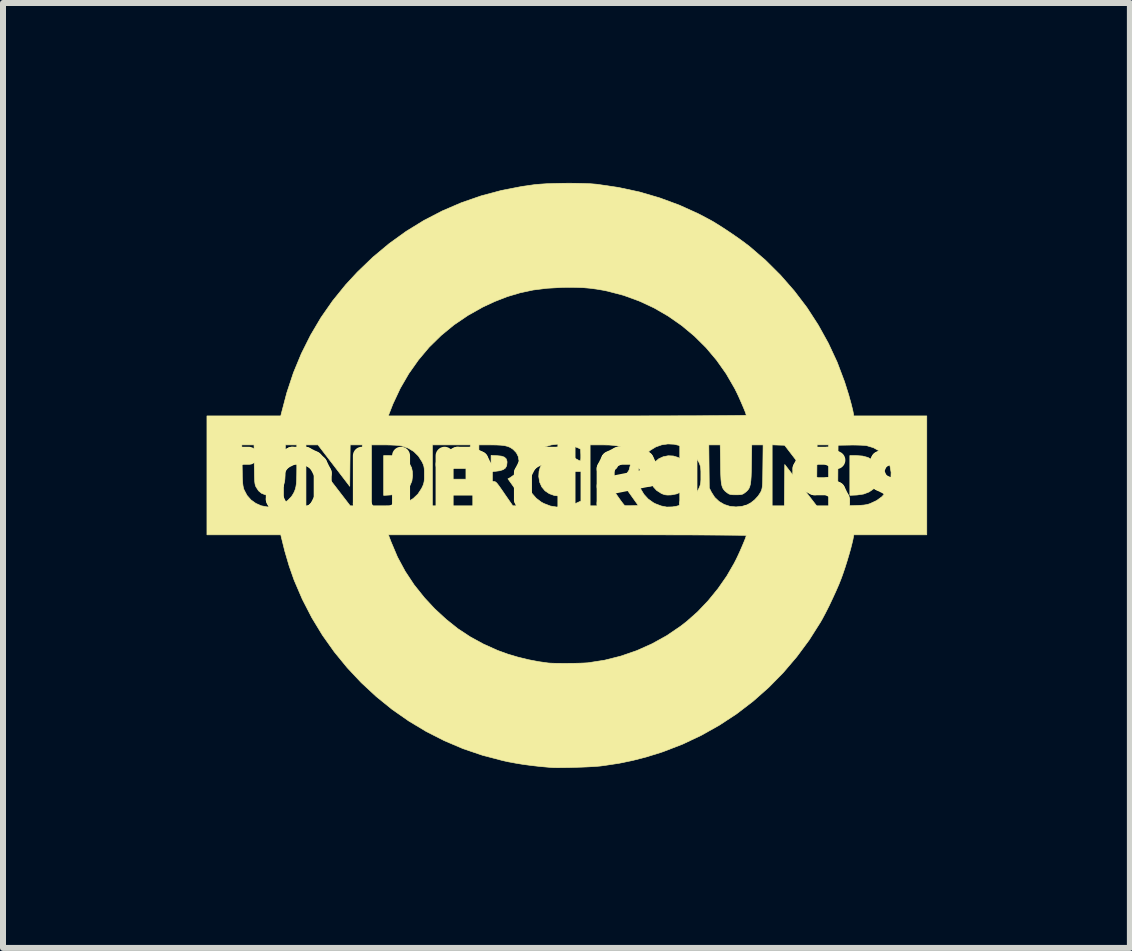
<source format=kicad_pcb>
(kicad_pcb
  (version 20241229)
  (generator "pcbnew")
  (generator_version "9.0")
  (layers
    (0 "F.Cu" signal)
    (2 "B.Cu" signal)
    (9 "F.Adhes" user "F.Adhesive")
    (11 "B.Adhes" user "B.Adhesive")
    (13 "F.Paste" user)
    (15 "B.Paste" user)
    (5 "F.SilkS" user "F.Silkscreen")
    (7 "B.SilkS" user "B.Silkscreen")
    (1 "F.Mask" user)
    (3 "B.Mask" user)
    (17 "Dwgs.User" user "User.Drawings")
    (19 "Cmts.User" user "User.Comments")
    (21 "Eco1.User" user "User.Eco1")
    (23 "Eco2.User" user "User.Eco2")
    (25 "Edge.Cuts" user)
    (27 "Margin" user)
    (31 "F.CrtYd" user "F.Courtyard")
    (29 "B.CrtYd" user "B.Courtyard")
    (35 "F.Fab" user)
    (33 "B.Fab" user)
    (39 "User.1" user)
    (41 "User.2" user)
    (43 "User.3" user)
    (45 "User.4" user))
  (footprint "roundel_ss"
    (layer "F.Cu")
    (at 6.394 4.875)
    (property "Reference" "roundel_ss" (at 0 0 0) (layer "F.SilkS") (effects (font (size 1.524 1.524) (thickness 0.3))))
    (attr through_hole)
    (fp_poly (pts (xy -1.157 -0.328) (xy -1.086 -0.321) (xy -1.036 -0.304) (xy -1.006 -0.277) (xy -0.992 -0.238) (xy -0.991 -0.213) (xy -0.997 -0.161) (xy -1.018 -0.122) (xy -1.056 -0.095) (xy -1.113 -0.077) (xy -1.173 -0.069) (xy -1.257 -0.06) (xy -1.257 -0.333) (xy -1.157 -0.328)) (stroke (width 0.01) (type solid)) (fill yes) (layer "F.SilkS"))
    (fp_poly (pts (xy 0.698 -0.328) (xy 0.769 -0.321) (xy 0.818 -0.304) (xy 0.848 -0.277) (xy 0.862 -0.238) (xy 0.864 -0.213) (xy 0.857 -0.161) (xy 0.837 -0.122) (xy 0.799 -0.095) (xy 0.741 -0.077) (xy 0.681 -0.069) (xy 0.597 -0.06) (xy 0.597 -0.333) (xy 0.698 -0.328)) (stroke (width 0.01) (type solid)) (fill yes) (layer "F.SilkS"))
    (fp_poly (pts (xy -2.851 -0.325) (xy -2.772 -0.307) (xy -2.707 -0.275) (xy -2.653 -0.23) (xy -2.609 -0.179) (xy -2.582 -0.126) (xy -2.569 -0.062) (xy -2.566 0.006) (xy -2.577 0.095) (xy -2.61 0.171) (xy -2.663 0.233) (xy -2.735 0.28) (xy -2.826 0.312) (xy -2.934 0.327) (xy -2.936 0.327) (xy -3.048 0.334) (xy -3.048 -0.33) (xy -2.949 -0.33) (xy -2.851 -0.325)) (stroke (width 0.01) (type solid)) (fill yes) (layer "F.SilkS"))
    (fp_poly (pts (xy 4.938 -0.322) (xy 5.027 -0.298) (xy 5.098 -0.257) (xy 5.152 -0.199) (xy 5.176 -0.159) (xy 5.199 -0.101) (xy 5.209 -0.045) (xy 5.21 -0.008) (xy 5.199 0.084) (xy 5.167 0.163) (xy 5.115 0.228) (xy 5.044 0.277) (xy 4.955 0.311) (xy 4.848 0.327) (xy 4.836 0.328) (xy 4.724 0.333) (xy 4.724 -0.33) (xy 4.831 -0.33) (xy 4.938 -0.322)) (stroke (width 0.01) (type solid)) (fill yes) (layer "F.SilkS"))
    (fp_poly (pts (xy 1.781 -0.323) (xy 1.861 -0.299) (xy 1.934 -0.255) (xy 1.94 -0.25) (xy 1.993 -0.187) (xy 2.028 -0.112) (xy 2.044 -0.029) (xy 2.042 0.055) (xy 2.02 0.136) (xy 1.979 0.208) (xy 1.971 0.216) (xy 1.912 0.271) (xy 1.844 0.307) (xy 1.761 0.324) (xy 1.734 0.327) (xy 1.68 0.328) (xy 1.639 0.323) (xy 1.602 0.31) (xy 1.581 0.301) (xy 1.502 0.25) (xy 1.445 0.187) (xy 1.409 0.11) (xy 1.394 0.019) (xy 1.394 0) (xy 1.4 -0.081) (xy 1.423 -0.148) (xy 1.465 -0.211) (xy 1.474 -0.221) (xy 1.538 -0.276) (xy 1.614 -0.311) (xy 1.696 -0.327) (xy 1.781 -0.323)) (stroke (width 0.01) (type solid)) (fill yes) (layer "F.SilkS"))
    (fp_poly (pts (xy 0.171 -4.869) (xy 0.291 -4.866) (xy 0.398 -4.862) (xy 0.486 -4.855) (xy 0.508 -4.853) (xy 0.867 -4.8) (xy 1.216 -4.725) (xy 1.554 -4.626) (xy 1.882 -4.505) (xy 2.198 -4.362) (xy 2.419 -4.245) (xy 2.499 -4.197) (xy 2.593 -4.138) (xy 2.695 -4.071) (xy 2.798 -4.001) (xy 2.898 -3.931) (xy 2.986 -3.866) (xy 3.052 -3.816) (xy 3.319 -3.586) (xy 3.568 -3.338) (xy 3.798 -3.075) (xy 4.009 -2.798) (xy 4.198 -2.506) (xy 4.366 -2.203) (xy 4.513 -1.887) (xy 4.636 -1.561) (xy 4.705 -1.342) (xy 4.725 -1.269) (xy 4.745 -1.197) (xy 4.761 -1.133) (xy 4.773 -1.084) (xy 4.776 -1.07) (xy 4.791 -0.991) (xy 5.399 -0.991) (xy 6.007 -0.991) (xy 6.007 0.991) (xy 4.791 0.991) (xy 4.776 1.07) (xy 4.76 1.138) (xy 4.738 1.225) (xy 4.71 1.323) (xy 4.679 1.427) (xy 4.646 1.532) (xy 4.613 1.63) (xy 4.584 1.711) (xy 4.544 1.813) (xy 4.493 1.93) (xy 4.436 2.054) (xy 4.377 2.179) (xy 4.317 2.297) (xy 4.261 2.402) (xy 4.235 2.447) (xy 4.047 2.744) (xy 3.839 3.025) (xy 3.613 3.29) (xy 3.37 3.537) (xy 3.111 3.766) (xy 2.837 3.976) (xy 2.549 4.165) (xy 2.248 4.334) (xy 1.935 4.482) (xy 1.611 4.607) (xy 1.563 4.623) (xy 1.33 4.695) (xy 1.105 4.753) (xy 0.878 4.8) (xy 0.64 4.836) (xy 0.565 4.846) (xy 0.508 4.851) (xy 0.432 4.856) (xy 0.342 4.861) (xy 0.243 4.865) (xy 0.14 4.868) (xy 0.038 4.871) (xy -0.058 4.872) (xy -0.144 4.873) (xy -0.214 4.872) (xy -0.265 4.869) (xy -0.267 4.869) (xy -0.436 4.854) (xy -0.585 4.837) (xy -0.721 4.819) (xy -0.848 4.798) (xy -0.973 4.775) (xy -1.067 4.754) (xy -1.399 4.667) (xy -1.723 4.557) (xy -2.036 4.424) (xy -2.339 4.27) (xy -2.63 4.095) (xy -2.908 3.901) (xy -3.172 3.687) (xy -3.421 3.456) (xy -3.654 3.208) (xy -3.87 2.944) (xy -4.068 2.665) (xy -4.246 2.372) (xy -4.404 2.065) (xy -4.541 1.746) (xy -4.622 1.515) (xy -4.696 1.264) (xy -4.755 1.026) (xy -4.763 0.991) (xy -2.969 0.991) (xy -2.925 1.107) (xy -2.818 1.36) (xy -2.69 1.598) (xy -2.54 1.825) (xy -2.368 2.04) (xy -2.198 2.223) (xy -2.006 2.4) (xy -1.811 2.556) (xy -1.606 2.691) (xy -1.389 2.81) (xy -1.154 2.916) (xy -1.13 2.925) (xy -0.978 2.98) (xy -0.81 3.03) (xy -0.634 3.073) (xy -0.461 3.106) (xy -0.305 3.128) (xy -0.261 3.131) (xy -0.197 3.133) (xy -0.119 3.134) (xy -0.031 3.135) (xy 0.06 3.134) (xy 0.149 3.133) (xy 0.231 3.131) (xy 0.301 3.128) (xy 0.353 3.125) (xy 0.362 3.124) (xy 0.637 3.081) (xy 0.907 3.013) (xy 1.171 2.922) (xy 1.426 2.808) (xy 1.67 2.673) (xy 1.901 2.516) (xy 2.002 2.438) (xy 2.187 2.274) (xy 2.363 2.089) (xy 2.526 1.889) (xy 2.673 1.678) (xy 2.799 1.46) (xy 2.801 1.455) (xy 2.83 1.399) (xy 2.861 1.334) (xy 2.893 1.264) (xy 2.923 1.195) (xy 2.951 1.129) (xy 2.974 1.073) (xy 2.99 1.03) (xy 2.997 1.005) (xy 2.997 1.002) (xy 2.985 1.001) (xy 2.948 1) (xy 2.887 0.999) (xy 2.803 0.998) (xy 2.697 0.997) (xy 2.57 0.996) (xy 2.422 0.995) (xy 2.255 0.994) (xy 2.069 0.993) (xy 1.866 0.993) (xy 1.645 0.992) (xy 1.408 0.992) (xy 1.155 0.991) (xy 0.888 0.991) (xy 0.607 0.991) (xy 0.313 0.991) (xy 0.014 0.991) (xy -2.969 0.991) (xy -4.763 0.991) (xy -4.763 0.991) (xy -5.379 0.991) (xy -5.994 0.991) (xy -5.994 -0.508) (xy -5.413 -0.508) (xy -5.407 -0.168) (xy -5.405 -0.065) (xy -5.404 0.016) (xy -5.401 0.08) (xy -5.398 0.128) (xy -5.394 0.164) (xy -5.389 0.193) (xy -5.383 0.217) (xy -5.375 0.241) (xy -5.374 0.243) (xy -5.326 0.334) (xy -5.26 0.409) (xy -5.179 0.467) (xy -5.088 0.507) (xy -4.988 0.526) (xy -4.884 0.523) (xy -4.788 0.501) (xy -4.714 0.466) (xy -4.644 0.415) (xy -4.586 0.355) (xy -4.571 0.333) (xy -4.549 0.297) (xy -4.533 0.263) (xy -4.52 0.227) (xy -4.51 0.185) (xy -4.503 0.135) (xy -4.499 0.072) (xy -4.497 -0.008) (xy -4.496 -0.107) (xy -4.496 -0.18) (xy -4.496 -0.508) (xy -4.343 -0.508) (xy -4.343 0.508) (xy -4.141 0.508) (xy -4.137 0.165) (xy -4.134 -0.177) (xy -3.869 0.165) (xy -3.605 0.508) (xy -3.404 0.508) (xy -3.404 -0.508) (xy -3.251 -0.508) (xy -3.251 0.508) (xy -3.056 0.508) (xy -2.968 0.507) (xy -2.898 0.504) (xy -2.842 0.498) (xy -2.792 0.49) (xy -2.764 0.483) (xy -2.65 0.443) (xy -2.555 0.386) (xy -2.477 0.312) (xy -2.416 0.219) (xy -2.408 0.203) (xy -2.39 0.164) (xy -2.379 0.13) (xy -2.372 0.095) (xy -2.369 0.051) (xy -2.369 -0.01) (xy -2.369 -0.013) (xy -2.369 -0.075) (xy -2.372 -0.119) (xy -2.378 -0.154) (xy -2.389 -0.186) (xy -2.407 -0.225) (xy -2.41 -0.23) (xy -2.469 -0.322) (xy -2.546 -0.398) (xy -2.639 -0.454) (xy -2.746 -0.491) (xy -2.768 -0.495) (xy -2.804 -0.5) (xy -2.86 -0.503) (xy -2.928 -0.506) (xy -3.003 -0.508) (xy -3.043 -0.508) (xy -2.235 -0.508) (xy -2.235 0.508) (xy -1.562 0.508) (xy -1.562 0.33) (xy -2.032 0.33) (xy -2.032 0.064) (xy -1.676 0.064) (xy -1.676 -0.114) (xy -2.032 -0.114) (xy -2.032 -0.33) (xy -1.6 -0.33) (xy -1.6 -0.508) (xy -1.46 -0.508) (xy -1.46 0.508) (xy -1.257 0.508) (xy -1.257 0.102) (xy -1.216 0.102) (xy -1.2 0.103) (xy -1.186 0.108) (xy -1.171 0.119) (xy -1.152 0.14) (xy -1.126 0.174) (xy -1.092 0.222) (xy -1.046 0.288) (xy -1.035 0.305) (xy -0.895 0.507) (xy -0.778 0.508) (xy -0.727 0.508) (xy -0.687 0.507) (xy -0.664 0.506) (xy -0.661 0.505) (xy -0.668 0.494) (xy -0.687 0.466) (xy -0.717 0.422) (xy -0.756 0.368) (xy -0.8 0.305) (xy -0.818 0.279) (xy -0.976 0.057) (xy -0.942 0.04) (xy -0.91 0.018) (xy -0.666 0.018) (xy -0.654 0.118) (xy -0.622 0.214) (xy -0.573 0.303) (xy -0.504 0.382) (xy -0.418 0.447) (xy -0.377 0.469) (xy -0.268 0.511) (xy -0.157 0.529) (xy -0.038 0.524) (xy -0.015 0.52) (xy 0.039 0.508) (xy 0.102 0.488) (xy 0.153 0.468) (xy 0.241 0.428) (xy 0.241 -0.064) (xy -0.114 -0.064) (xy -0.114 0.114) (xy 0.051 0.114) (xy 0.051 0.215) (xy 0.049 0.271) (xy 0.042 0.308) (xy 0.024 0.33) (xy -0.008 0.342) (xy -0.058 0.346) (xy -0.101 0.346) (xy -0.201 0.336) (xy -0.287 0.305) (xy -0.358 0.257) (xy -0.412 0.192) (xy -0.447 0.113) (xy -0.462 0.021) (xy -0.462 0.013) (xy -0.457 -0.069) (xy -0.437 -0.136) (xy -0.4 -0.197) (xy -0.371 -0.231) (xy -0.299 -0.29) (xy -0.214 -0.327) (xy -0.119 -0.343) (xy -0.102 -0.343) (xy -0.033 -0.336) (xy 0.045 -0.319) (xy 0.119 -0.294) (xy 0.175 -0.267) (xy 0.205 -0.25) (xy 0.227 -0.242) (xy 0.229 -0.241) (xy 0.236 -0.253) (xy 0.239 -0.287) (xy 0.239 -0.34) (xy 0.235 -0.438) (xy 0.187 -0.461) (xy 0.082 -0.499) (xy 0.029 -0.508) (xy 0.394 -0.508) (xy 0.394 0.508) (xy 0.597 0.508) (xy 0.597 0.102) (xy 0.64 0.102) (xy 0.655 0.103) (xy 0.67 0.107) (xy 0.685 0.119) (xy 0.704 0.139) (xy 0.73 0.172) (xy 0.764 0.219) (xy 0.809 0.285) (xy 0.819 0.299) (xy 0.863 0.362) (xy 0.902 0.417) (xy 0.935 0.461) (xy 0.959 0.491) (xy 0.971 0.503) (xy 0.971 0.503) (xy 0.99 0.506) (xy 1.028 0.506) (xy 1.076 0.506) (xy 1.092 0.505) (xy 1.197 0.502) (xy 1.048 0.293) (xy 1.002 0.228) (xy 0.962 0.171) (xy 0.929 0.123) (xy 0.906 0.089) (xy 0.895 0.071) (xy 0.894 0.07) (xy 0.901 0.057) (xy 0.924 0.036) (xy 0.937 0.028) (xy 1.19 0.028) (xy 1.205 0.13) (xy 1.238 0.227) (xy 1.291 0.316) (xy 1.361 0.393) (xy 1.449 0.456) (xy 1.482 0.473) (xy 1.579 0.51) (xy 1.67 0.528) (xy 1.764 0.526) (xy 1.832 0.515) (xy 1.889 0.499) (xy 1.946 0.479) (xy 1.982 0.462) (xy 2.049 0.416) (xy 2.114 0.353) (xy 2.171 0.281) (xy 2.207 0.219) (xy 2.222 0.184) (xy 2.232 0.153) (xy 2.238 0.118) (xy 2.241 0.073) (xy 2.241 0.01) (xy 2.241 0) (xy 2.241 -0.066) (xy 2.238 -0.113) (xy 2.233 -0.15) (xy 2.223 -0.181) (xy 2.209 -0.215) (xy 2.207 -0.219) (xy 2.15 -0.314) (xy 2.077 -0.392) (xy 1.991 -0.452) (xy 1.896 -0.495) (xy 1.84 -0.508) (xy 2.373 -0.508) (xy 2.377 -0.149) (xy 2.381 0.21) (xy 2.417 0.282) (xy 2.472 0.367) (xy 2.544 0.435) (xy 2.629 0.485) (xy 2.724 0.516) (xy 2.826 0.526) (xy 2.931 0.515) (xy 2.946 0.511) (xy 4.521 0.511) (xy 4.753 0.505) (xy 4.84 0.502) (xy 4.907 0.499) (xy 4.958 0.495) (xy 4.997 0.489) (xy 5.031 0.481) (xy 5.061 0.471) (xy 5.171 0.42) (xy 5.261 0.354) (xy 5.331 0.272) (xy 5.38 0.177) (xy 5.407 0.069) (xy 5.408 0.065) (xy 5.412 -0.05) (xy 5.393 -0.157) (xy 5.352 -0.254) (xy 5.292 -0.338) (xy 5.213 -0.408) (xy 5.118 -0.461) (xy 5.009 -0.494) (xy 5.001 -0.496) (xy 4.963 -0.5) (xy 4.907 -0.503) (xy 4.838 -0.505) (xy 4.763 -0.506) (xy 4.729 -0.505) (xy 4.528 -0.502) (xy 4.521 0.511) (xy 2.946 0.511) (xy 2.955 0.508) (xy 3.429 0.508) (xy 3.632 0.508) (xy 3.635 0.164) (xy 3.639 -0.181) (xy 3.905 0.164) (xy 4.171 0.508) (xy 4.369 0.508) (xy 4.369 -0.508) (xy 4.179 -0.508) (xy 4.175 -0.157) (xy 4.172 0.194) (xy 3.904 -0.154) (xy 3.637 -0.502) (xy 3.533 -0.505) (xy 3.429 -0.509) (xy 3.429 0.508) (xy 2.955 0.508) (xy 3.008 0.493) (xy 3.073 0.458) (xy 3.138 0.407) (xy 3.195 0.345) (xy 3.238 0.28) (xy 3.242 0.27) (xy 3.251 0.251) (xy 3.257 0.231) (xy 3.262 0.208) (xy 3.266 0.177) (xy 3.269 0.136) (xy 3.271 0.082) (xy 3.272 0.011) (xy 3.273 -0.081) (xy 3.274 -0.149) (xy 3.278 -0.508) (xy 3.089 -0.508) (xy 3.084 -0.187) (xy 3.082 -0.075) (xy 3.079 0.016) (xy 3.074 0.087) (xy 3.067 0.143) (xy 3.056 0.186) (xy 3.042 0.219) (xy 3.023 0.246) (xy 2.999 0.27) (xy 2.977 0.287) (xy 2.951 0.306) (xy 2.926 0.317) (xy 2.895 0.322) (xy 2.849 0.324) (xy 2.826 0.324) (xy 2.772 0.323) (xy 2.737 0.319) (xy 2.71 0.311) (xy 2.685 0.295) (xy 2.674 0.287) (xy 2.645 0.264) (xy 2.623 0.239) (xy 2.605 0.211) (xy 2.592 0.176) (xy 2.582 0.13) (xy 2.576 0.071) (xy 2.572 -0.005) (xy 2.569 -0.101) (xy 2.568 -0.187) (xy 2.563 -0.508) (xy 2.373 -0.508) (xy 1.84 -0.508) (xy 1.795 -0.519) (xy 1.691 -0.524) (xy 1.588 -0.509) (xy 1.489 -0.474) (xy 1.397 -0.418) (xy 1.335 -0.362) (xy 1.267 -0.274) (xy 1.221 -0.177) (xy 1.195 -0.075) (xy 1.19 0.028) (xy 0.937 0.028) (xy 0.94 0.026) (xy 1.002 -0.024) (xy 1.043 -0.087) (xy 1.063 -0.164) (xy 1.065 -0.186) (xy 1.061 -0.274) (xy 1.038 -0.347) (xy 0.993 -0.409) (xy 0.978 -0.424) (xy 0.941 -0.453) (xy 0.9 -0.475) (xy 0.851 -0.49) (xy 0.79 -0.5) (xy 0.713 -0.506) (xy 0.615 -0.508) (xy 0.595 -0.508) (xy 0.394 -0.508) (xy 0.029 -0.508) (xy -0.031 -0.519) (xy -0.145 -0.521) (xy -0.256 -0.507) (xy -0.358 -0.475) (xy -0.438 -0.432) (xy -0.523 -0.36) (xy -0.588 -0.275) (xy -0.633 -0.182) (xy -0.659 -0.083) (xy -0.666 0.018) (xy -0.91 0.018) (xy -0.873 -0.009) (xy -0.824 -0.072) (xy -0.796 -0.148) (xy -0.79 -0.233) (xy -0.791 -0.241) (xy -0.805 -0.317) (xy -0.836 -0.378) (xy -0.886 -0.43) (xy -0.899 -0.44) (xy -0.935 -0.464) (xy -0.977 -0.482) (xy -1.028 -0.495) (xy -1.092 -0.503) (xy -1.173 -0.507) (xy -1.271 -0.508) (xy -1.46 -0.508) (xy -1.6 -0.508) (xy -2.235 -0.508) (xy -3.043 -0.508) (xy -3.251 -0.508) (xy -3.404 -0.508) (xy -3.606 -0.508) (xy -3.61 -0.163) (xy -3.613 0.183) (xy -3.878 -0.163) (xy -4.143 -0.508) (xy -4.343 -0.508) (xy -4.496 -0.508) (xy -4.686 -0.508) (xy -4.687 -0.244) (xy -4.687 -0.159) (xy -4.689 -0.077) (xy -4.691 -0.003) (xy -4.694 0.056) (xy -4.698 0.097) (xy -4.698 0.1) (xy -4.721 0.185) (xy -4.759 0.251) (xy -4.813 0.298) (xy -4.883 0.324) (xy -4.945 0.33) (xy -5.023 0.323) (xy -5.084 0.299) (xy -5.134 0.257) (xy -5.173 0.197) (xy -5.182 0.18) (xy -5.188 0.162) (xy -5.193 0.139) (xy -5.197 0.108) (xy -5.2 0.066) (xy -5.202 0.009) (xy -5.203 -0.066) (xy -5.205 -0.163) (xy -5.205 -0.181) (xy -5.209 -0.508) (xy -5.413 -0.508) (xy -5.994 -0.508) (xy -5.994 -0.991) (xy -4.763 -0.991) (xy -2.971 -0.991) (xy 0.013 -0.991) (xy 0.319 -0.991) (xy 0.613 -0.991) (xy 0.893 -0.991) (xy 1.16 -0.991) (xy 1.413 -0.992) (xy 1.649 -0.992) (xy 1.87 -0.993) (xy 2.073 -0.993) (xy 2.259 -0.994) (xy 2.426 -0.995) (xy 2.573 -0.996) (xy 2.699 -0.997) (xy 2.805 -0.998) (xy 2.888 -0.999) (xy 2.949 -1) (xy 2.985 -1.001) (xy 2.997 -1.002) (xy 2.992 -1.023) (xy 2.978 -1.063) (xy 2.956 -1.117) (xy 2.929 -1.18) (xy 2.899 -1.249) (xy 2.868 -1.319) (xy 2.836 -1.386) (xy 2.807 -1.444) (xy 2.801 -1.455) (xy 2.662 -1.695) (xy 2.503 -1.92) (xy 2.326 -2.13) (xy 2.131 -2.323) (xy 1.921 -2.498) (xy 1.696 -2.655) (xy 1.459 -2.792) (xy 1.211 -2.907) (xy 0.953 -3.001) (xy 0.686 -3.071) (xy 0.62 -3.085) (xy 0.502 -3.105) (xy 0.388 -3.12) (xy 0.273 -3.13) (xy 0.149 -3.134) (xy 0.01 -3.135) (xy -0.08 -3.133) (xy -0.326 -3.119) (xy -0.556 -3.09) (xy -0.775 -3.043) (xy -0.99 -2.979) (xy -1.204 -2.895) (xy -1.393 -2.807) (xy -1.642 -2.667) (xy -1.875 -2.509) (xy -2.09 -2.332) (xy -2.289 -2.137) (xy -2.468 -1.924) (xy -2.629 -1.696) (xy -2.771 -1.451) (xy -2.893 -1.191) (xy -2.938 -1.076) (xy -2.971 -0.991) (xy -4.763 -0.991) (xy -4.755 -1.026) (xy -4.663 -1.376) (xy -4.552 -1.711) (xy -4.42 -2.03) (xy -4.267 -2.336) (xy -4.094 -2.629) (xy -3.899 -2.909) (xy -3.682 -3.177) (xy -3.486 -3.389) (xy -3.227 -3.638) (xy -2.956 -3.864) (xy -2.673 -4.068) (xy -2.377 -4.25) (xy -2.07 -4.409) (xy -1.751 -4.546) (xy -1.422 -4.66) (xy -1.081 -4.751) (xy -0.73 -4.819) (xy -0.521 -4.848) (xy -0.436 -4.855) (xy -0.331 -4.862) (xy -0.213 -4.866) (xy -0.086 -4.869) (xy 0.043 -4.87) (xy 0.171 -4.869)) (stroke (width 0.01) (type solid)) (fill yes) (layer "F.SilkS")))
  (gr_rect
    (start -3 -3)
    (end 15.787 12.753)
    (stroke (width 0.1) (type default))
    (fill no)
    (layer "Edge.Cuts")))
</source>
